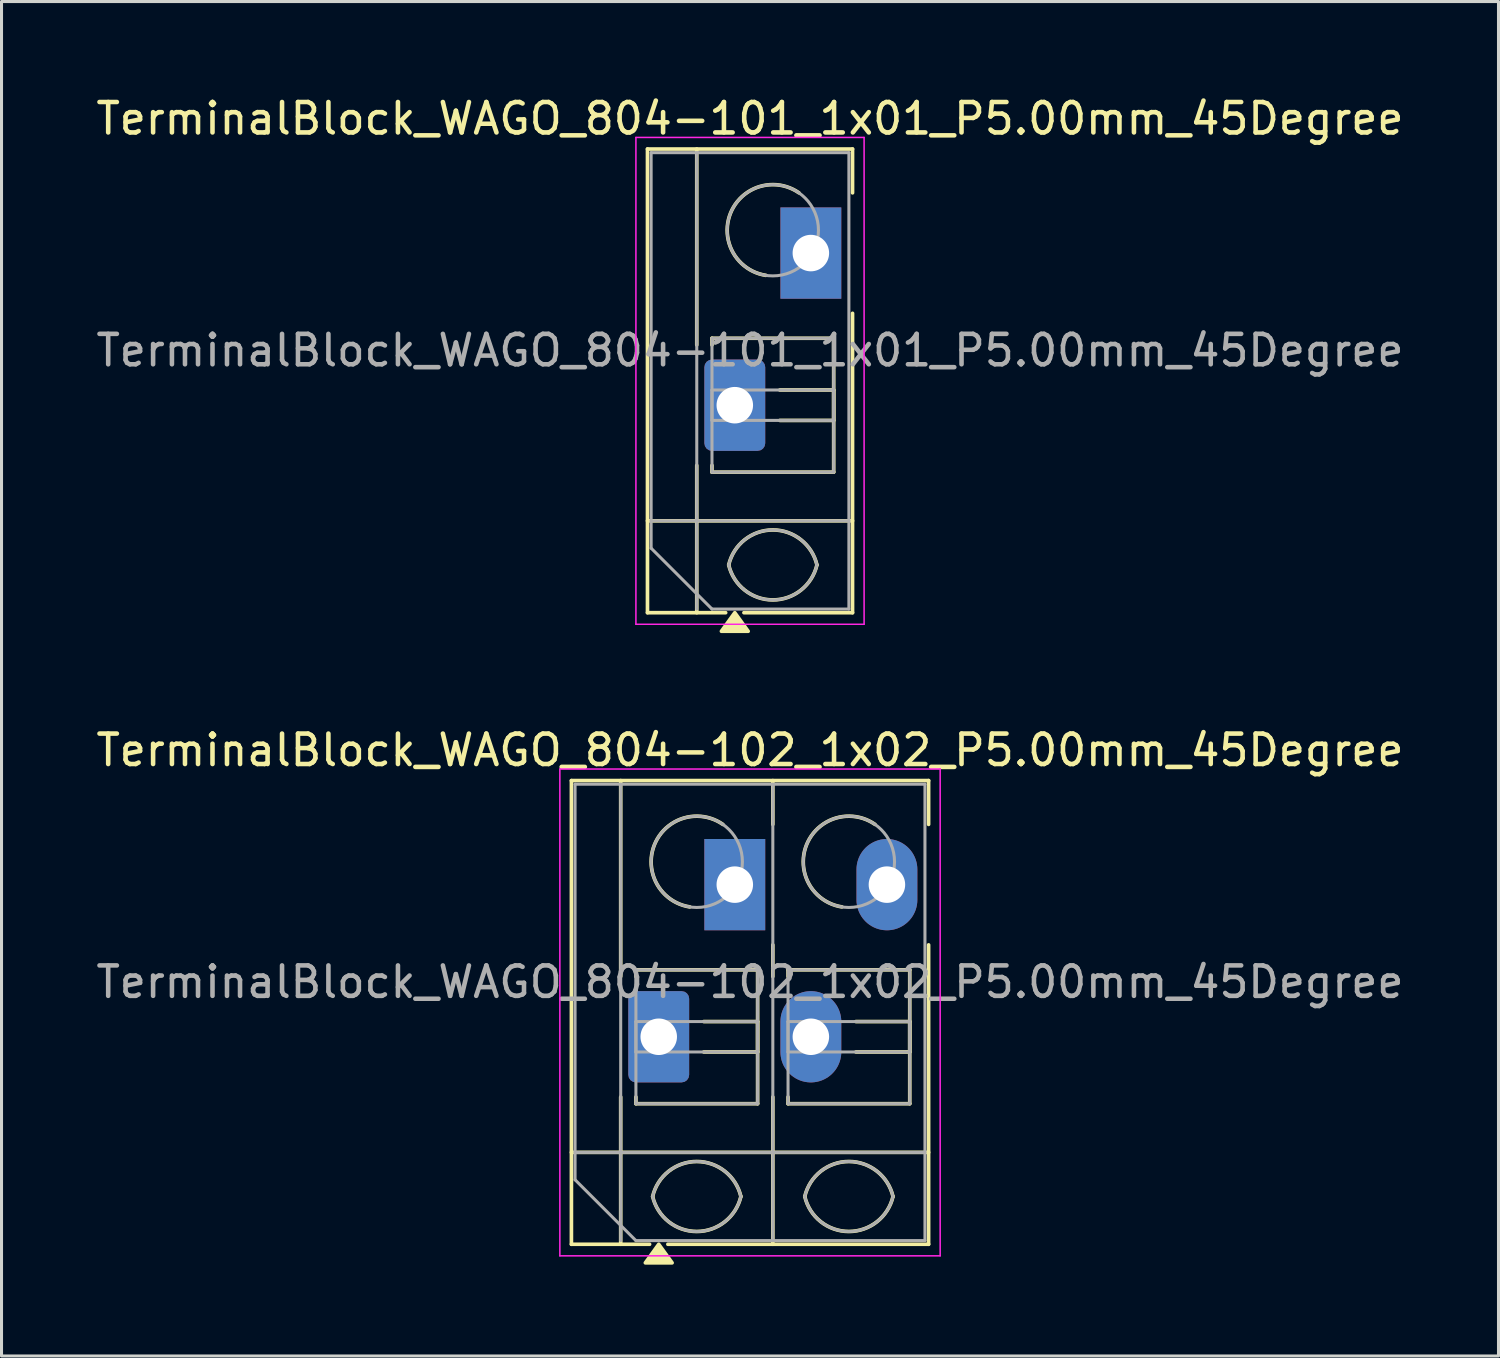
<source format=kicad_pcb>
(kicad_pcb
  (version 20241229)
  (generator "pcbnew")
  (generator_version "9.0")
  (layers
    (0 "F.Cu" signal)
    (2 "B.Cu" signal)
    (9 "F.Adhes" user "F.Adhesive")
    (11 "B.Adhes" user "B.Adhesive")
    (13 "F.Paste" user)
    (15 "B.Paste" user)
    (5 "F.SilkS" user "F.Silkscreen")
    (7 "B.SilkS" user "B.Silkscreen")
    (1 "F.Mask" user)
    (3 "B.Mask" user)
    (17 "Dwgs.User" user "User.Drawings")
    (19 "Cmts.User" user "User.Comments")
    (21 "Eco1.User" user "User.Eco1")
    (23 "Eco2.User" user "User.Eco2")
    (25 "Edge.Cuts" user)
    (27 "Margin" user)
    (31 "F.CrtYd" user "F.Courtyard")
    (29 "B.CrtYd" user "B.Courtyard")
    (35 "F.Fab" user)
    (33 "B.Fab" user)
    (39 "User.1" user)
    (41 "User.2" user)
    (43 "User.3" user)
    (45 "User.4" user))
  (footprint "TerminalBlock_WAGO_804-101_1x01_P5.00mm_45Degree"
    (layer "F.Cu")
    (at 21.101 10.268)
    (property "Reference" "TerminalBlock_WAGO_804-101_1x01_P5.00mm_45Degree" (at 0.5 -9.42 0) (layer "F.SilkS") (effects (font (size 1 1) (thickness 0.15))))
    (attr through_hole)
    (fp_line (start -2.87 -8.42) (end -2.87 6.82) (stroke (width 0.12) (type solid)) (layer "F.SilkS"))
    (fp_line (start -2.87 -8.42) (end 3.87 -8.42) (stroke (width 0.12) (type solid)) (layer "F.SilkS"))
    (fp_line (start -2.87 3.8) (end 3.87 3.8) (stroke (width 0.12) (type solid)) (layer "F.SilkS"))
    (fp_line (start -2.87 6.82) (end -0.3 6.82) (stroke (width 0.12) (type solid)) (layer "F.SilkS"))
    (fp_line (start -1.25 -8.42) (end -1.25 -1.98) (stroke (width 0.12) (type solid)) (layer "F.SilkS"))
    (fp_line (start -1.25 1.98) (end -1.25 6.82) (stroke (width 0.12) (type solid)) (layer "F.SilkS"))
    (fp_line (start -0.75 -2.2) (end -0.75 -1.98) (stroke (width 0.12) (type solid)) (layer "F.SilkS"))
    (fp_line (start -0.75 -2.2) (end 3.25 -2.2) (stroke (width 0.12) (type solid)) (layer "F.SilkS"))
    (fp_line (start -0.75 1.98) (end -0.75 2.2) (stroke (width 0.12) (type solid)) (layer "F.SilkS"))
    (fp_line (start -0.75 2.2) (end 3.25 2.2) (stroke (width 0.12) (type solid)) (layer "F.SilkS"))
    (fp_line (start 0.3 6.82) (end 3.87 6.82) (stroke (width 0.12) (type solid)) (layer "F.SilkS"))
    (fp_line (start 1.48 -0.5) (end 3.25 -0.5) (stroke (width 0.12) (type solid)) (layer "F.SilkS"))
    (fp_line (start 1.48 0.5) (end 3.25 0.5) (stroke (width 0.12) (type solid)) (layer "F.SilkS"))
    (fp_line (start 3.25 -2.2) (end 3.25 2.2) (stroke (width 0.12) (type solid)) (layer "F.SilkS"))
    (fp_line (start 3.25 -0.5) (end 3.25 0.5) (stroke (width 0.12) (type solid)) (layer "F.SilkS"))
    (fp_line (start 3.87 -8.42) (end 3.87 -6.98) (stroke (width 0.12) (type solid)) (layer "F.SilkS"))
    (fp_line (start 3.87 -3.02) (end 3.87 6.82) (stroke (width 0.12) (type solid)) (layer "F.SilkS"))
    (fp_arc (start -0.2 5.25) (mid 1.25 4.1) (end 2.7 5.25) (stroke (width 0.12) (type solid)) (layer "F.SilkS"))
    (fp_arc (start 1.02 -4.268) (mid -0.141916 -6.309209) (end 2.109 -6.98) (stroke (width 0.12) (type solid)) (layer "F.SilkS"))
    (fp_arc (start 2.7 5.25) (mid 1.25 6.4) (end -0.2 5.25) (stroke (width 0.12) (type solid)) (layer "F.SilkS"))
    (fp_poly (pts (xy 0 6.82) (xy 0.44 7.43) (xy -0.44 7.43)) (stroke (width 0.12) (type solid)) (fill yes) (layer "F.SilkS"))
    (fp_line (start -3.25 -8.8) (end -3.25 7.2) (stroke (width 0.05) (type solid)) (layer "F.CrtYd"))
    (fp_line (start -3.25 7.2) (end 4.25 7.2) (stroke (width 0.05) (type solid)) (layer "F.CrtYd"))
    (fp_line (start 4.25 -8.8) (end -3.25 -8.8) (stroke (width 0.05) (type solid)) (layer "F.CrtYd"))
    (fp_line (start 4.25 7.2) (end 4.25 -8.8) (stroke (width 0.05) (type solid)) (layer "F.CrtYd"))
    (fp_line (start -2.75 -8.3) (end 3.75 -8.3) (stroke (width 0.1) (type solid)) (layer "F.Fab"))
    (fp_line (start -2.75 3.8) (end 3.75 3.8) (stroke (width 0.1) (type solid)) (layer "F.Fab"))
    (fp_line (start -2.75 4.7) (end -2.75 -8.3) (stroke (width 0.1) (type solid)) (layer "F.Fab"))
    (fp_line (start -1.25 -8.3) (end -1.25 6.7) (stroke (width 0.1) (type solid)) (layer "F.Fab"))
    (fp_line (start -0.75 -2.2) (end -0.75 2.2) (stroke (width 0.1) (type solid)) (layer "F.Fab"))
    (fp_line (start -0.75 -0.5) (end -0.75 0.5) (stroke (width 0.1) (type solid)) (layer "F.Fab"))
    (fp_line (start -0.75 0.5) (end 3.25 0.5) (stroke (width 0.1) (type solid)) (layer "F.Fab"))
    (fp_line (start -0.75 2.2) (end 3.25 2.2) (stroke (width 0.1) (type solid)) (layer "F.Fab"))
    (fp_line (start -0.75 6.7) (end -2.75 4.7) (stroke (width 0.1) (type solid)) (layer "F.Fab"))
    (fp_line (start 3.25 -2.2) (end -0.75 -2.2) (stroke (width 0.1) (type solid)) (layer "F.Fab"))
    (fp_line (start 3.25 -0.5) (end -0.75 -0.5) (stroke (width 0.1) (type solid)) (layer "F.Fab"))
    (fp_line (start 3.25 0.5) (end 3.25 -0.5) (stroke (width 0.1) (type solid)) (layer "F.Fab"))
    (fp_line (start 3.25 2.2) (end 3.25 -2.2) (stroke (width 0.1) (type solid)) (layer "F.Fab"))
    (fp_line (start 3.75 -8.3) (end 3.75 6.7) (stroke (width 0.1) (type solid)) (layer "F.Fab"))
    (fp_line (start 3.75 6.7) (end -0.75 6.7) (stroke (width 0.1) (type solid)) (layer "F.Fab"))
    (fp_arc (start -0.2 5.25) (mid 1.25 4.1) (end 2.7 5.25) (stroke (width 0.1) (type solid)) (layer "F.Fab"))
    (fp_arc (start 2.7 5.25) (mid 1.25 6.4) (end -0.2 5.25) (stroke (width 0.1) (type solid)) (layer "F.Fab"))
    (fp_circle (center 1.25 -5.75) (end 2.75 -5.75) (stroke (width 0.1) (type solid)) (fill no) (layer "F.Fab"))
    (fp_text user "${REFERENCE}" (at 0.5 -1.8 0) (layer "F.Fab") (effects (font (size 1 1) (thickness 0.15))))
    (pad "1" thru_hole roundrect (at 0 0) (size 2 3) (drill 1.2) (layers "*.Cu" "*.Mask") (roundrect_rratio 0.125))
    (pad "1" thru_hole rect (at 2.5 -5) (size 2 3) (drill 1.2) (layers "*.Cu" "*.Mask")))
  (footprint "TerminalBlock_WAGO_804-102_1x02_P5.00mm_45Degree"
    (layer "F.Cu")
    (at 18.601 31.026)
    (property "Reference" "TerminalBlock_WAGO_804-102_1x02_P5.00mm_45Degree" (at 3 -9.42 0) (layer "F.SilkS") (effects (font (size 1 1) (thickness 0.15))))
    (attr through_hole)
    (fp_line (start -2.87 -8.42) (end -2.87 6.82) (stroke (width 0.12) (type solid)) (layer "F.SilkS"))
    (fp_line (start -2.87 -8.42) (end 8.87 -8.42) (stroke (width 0.12) (type solid)) (layer "F.SilkS"))
    (fp_line (start -2.87 3.8) (end 8.87 3.8) (stroke (width 0.12) (type solid)) (layer "F.SilkS"))
    (fp_line (start -2.87 6.82) (end -0.3 6.82) (stroke (width 0.12) (type solid)) (layer "F.SilkS"))
    (fp_line (start -1.25 -8.42) (end -1.25 -1.98) (stroke (width 0.12) (type solid)) (layer "F.SilkS"))
    (fp_line (start -1.25 1.98) (end -1.25 6.82) (stroke (width 0.12) (type solid)) (layer "F.SilkS"))
    (fp_line (start -0.75 -2.2) (end -0.75 -1.98) (stroke (width 0.12) (type solid)) (layer "F.SilkS"))
    (fp_line (start -0.75 -2.2) (end 3.25 -2.2) (stroke (width 0.12) (type solid)) (layer "F.SilkS"))
    (fp_line (start -0.75 1.98) (end -0.75 2.2) (stroke (width 0.12) (type solid)) (layer "F.SilkS"))
    (fp_line (start -0.75 2.2) (end 3.25 2.2) (stroke (width 0.12) (type solid)) (layer "F.SilkS"))
    (fp_line (start 0.3 6.82) (end 8.87 6.82) (stroke (width 0.12) (type solid)) (layer "F.SilkS"))
    (fp_line (start 1.48 -0.5) (end 3.25 -0.5) (stroke (width 0.12) (type solid)) (layer "F.SilkS"))
    (fp_line (start 1.48 0.5) (end 3.25 0.5) (stroke (width 0.12) (type solid)) (layer "F.SilkS"))
    (fp_line (start 3.25 -2.2) (end 3.25 2.2) (stroke (width 0.12) (type solid)) (layer "F.SilkS"))
    (fp_line (start 3.25 -0.5) (end 3.25 0.5) (stroke (width 0.12) (type solid)) (layer "F.SilkS"))
    (fp_line (start 3.75 -8.42) (end 3.75 -6.98) (stroke (width 0.12) (type solid)) (layer "F.SilkS"))
    (fp_line (start 3.75 -3.02) (end 3.75 -1.98) (stroke (width 0.12) (type solid)) (layer "F.SilkS"))
    (fp_line (start 3.75 1.98) (end 3.75 6.82) (stroke (width 0.12) (type solid)) (layer "F.SilkS"))
    (fp_line (start 4.25 -2.2) (end 4.25 -1.98) (stroke (width 0.12) (type solid)) (layer "F.SilkS"))
    (fp_line (start 4.25 -2.2) (end 8.25 -2.2) (stroke (width 0.12) (type solid)) (layer "F.SilkS"))
    (fp_line (start 4.25 1.98) (end 4.25 2.2) (stroke (width 0.12) (type solid)) (layer "F.SilkS"))
    (fp_line (start 4.25 2.2) (end 8.25 2.2) (stroke (width 0.12) (type solid)) (layer "F.SilkS"))
    (fp_line (start 6.48 -0.5) (end 8.25 -0.5) (stroke (width 0.12) (type solid)) (layer "F.SilkS"))
    (fp_line (start 6.48 0.5) (end 8.25 0.5) (stroke (width 0.12) (type solid)) (layer "F.SilkS"))
    (fp_line (start 8.25 -2.2) (end 8.25 2.2) (stroke (width 0.12) (type solid)) (layer "F.SilkS"))
    (fp_line (start 8.25 -0.5) (end 8.25 0.5) (stroke (width 0.12) (type solid)) (layer "F.SilkS"))
    (fp_line (start 8.87 -8.42) (end 8.87 -6.98) (stroke (width 0.12) (type solid)) (layer "F.SilkS"))
    (fp_line (start 8.87 -3.02) (end 8.87 6.82) (stroke (width 0.12) (type solid)) (layer "F.SilkS"))
    (fp_arc (start -0.2 5.25) (mid 1.25 4.1) (end 2.7 5.25) (stroke (width 0.12) (type solid)) (layer "F.SilkS"))
    (fp_arc (start 1.02 -4.268) (mid -0.141916 -6.309209) (end 2.109 -6.98) (stroke (width 0.12) (type solid)) (layer "F.SilkS"))
    (fp_arc (start 2.7 5.25) (mid 1.25 6.4) (end -0.2 5.25) (stroke (width 0.12) (type solid)) (layer "F.SilkS"))
    (fp_arc (start 4.8 5.25) (mid 6.25 4.1) (end 7.7 5.25) (stroke (width 0.12) (type solid)) (layer "F.SilkS"))
    (fp_arc (start 6.02 -4.268) (mid 4.858084 -6.309209) (end 7.109 -6.98) (stroke (width 0.12) (type solid)) (layer "F.SilkS"))
    (fp_arc (start 7.7 5.25) (mid 6.25 6.4) (end 4.8 5.25) (stroke (width 0.12) (type solid)) (layer "F.SilkS"))
    (fp_poly (pts (xy 0 6.82) (xy 0.44 7.43) (xy -0.44 7.43)) (stroke (width 0.12) (type solid)) (fill yes) (layer "F.SilkS"))
    (fp_line (start -3.25 -8.8) (end -3.25 7.2) (stroke (width 0.05) (type solid)) (layer "F.CrtYd"))
    (fp_line (start -3.25 7.2) (end 9.25 7.2) (stroke (width 0.05) (type solid)) (layer "F.CrtYd"))
    (fp_line (start 9.25 -8.8) (end -3.25 -8.8) (stroke (width 0.05) (type solid)) (layer "F.CrtYd"))
    (fp_line (start 9.25 7.2) (end 9.25 -8.8) (stroke (width 0.05) (type solid)) (layer "F.CrtYd"))
    (fp_line (start -2.75 -8.3) (end 8.75 -8.3) (stroke (width 0.1) (type solid)) (layer "F.Fab"))
    (fp_line (start -2.75 3.8) (end 8.75 3.8) (stroke (width 0.1) (type solid)) (layer "F.Fab"))
    (fp_line (start -2.75 4.7) (end -2.75 -8.3) (stroke (width 0.1) (type solid)) (layer "F.Fab"))
    (fp_line (start -1.25 -8.3) (end -1.25 6.7) (stroke (width 0.1) (type solid)) (layer "F.Fab"))
    (fp_line (start -0.75 -2.2) (end -0.75 2.2) (stroke (width 0.1) (type solid)) (layer "F.Fab"))
    (fp_line (start -0.75 -0.5) (end -0.75 0.5) (stroke (width 0.1) (type solid)) (layer "F.Fab"))
    (fp_line (start -0.75 0.5) (end 3.25 0.5) (stroke (width 0.1) (type solid)) (layer "F.Fab"))
    (fp_line (start -0.75 2.2) (end 3.25 2.2) (stroke (width 0.1) (type solid)) (layer "F.Fab"))
    (fp_line (start -0.75 6.7) (end -2.75 4.7) (stroke (width 0.1) (type solid)) (layer "F.Fab"))
    (fp_line (start 3.25 -2.2) (end -0.75 -2.2) (stroke (width 0.1) (type solid)) (layer "F.Fab"))
    (fp_line (start 3.25 -0.5) (end -0.75 -0.5) (stroke (width 0.1) (type solid)) (layer "F.Fab"))
    (fp_line (start 3.25 0.5) (end 3.25 -0.5) (stroke (width 0.1) (type solid)) (layer "F.Fab"))
    (fp_line (start 3.25 2.2) (end 3.25 -2.2) (stroke (width 0.1) (type solid)) (layer "F.Fab"))
    (fp_line (start 3.75 -8.3) (end 3.75 6.7) (stroke (width 0.1) (type solid)) (layer "F.Fab"))
    (fp_line (start 4.25 -2.2) (end 4.25 2.2) (stroke (width 0.1) (type solid)) (layer "F.Fab"))
    (fp_line (start 4.25 -0.5) (end 4.25 0.5) (stroke (width 0.1) (type solid)) (layer "F.Fab"))
    (fp_line (start 4.25 0.5) (end 8.25 0.5) (stroke (width 0.1) (type solid)) (layer "F.Fab"))
    (fp_line (start 4.25 2.2) (end 8.25 2.2) (stroke (width 0.1) (type solid)) (layer "F.Fab"))
    (fp_line (start 8.25 -2.2) (end 4.25 -2.2) (stroke (width 0.1) (type solid)) (layer "F.Fab"))
    (fp_line (start 8.25 -0.5) (end 4.25 -0.5) (stroke (width 0.1) (type solid)) (layer "F.Fab"))
    (fp_line (start 8.25 0.5) (end 8.25 -0.5) (stroke (width 0.1) (type solid)) (layer "F.Fab"))
    (fp_line (start 8.25 2.2) (end 8.25 -2.2) (stroke (width 0.1) (type solid)) (layer "F.Fab"))
    (fp_line (start 8.75 -8.3) (end 8.75 6.7) (stroke (width 0.1) (type solid)) (layer "F.Fab"))
    (fp_line (start 8.75 6.7) (end -0.75 6.7) (stroke (width 0.1) (type solid)) (layer "F.Fab"))
    (fp_arc (start -0.2 5.25) (mid 1.25 4.1) (end 2.7 5.25) (stroke (width 0.1) (type solid)) (layer "F.Fab"))
    (fp_arc (start 2.7 5.25) (mid 1.25 6.4) (end -0.2 5.25) (stroke (width 0.1) (type solid)) (layer "F.Fab"))
    (fp_arc (start 4.8 5.25) (mid 6.25 4.1) (end 7.7 5.25) (stroke (width 0.1) (type solid)) (layer "F.Fab"))
    (fp_arc (start 7.7 5.25) (mid 6.25 6.4) (end 4.8 5.25) (stroke (width 0.1) (type solid)) (layer "F.Fab"))
    (fp_circle (center 1.25 -5.75) (end 2.75 -5.75) (stroke (width 0.1) (type solid)) (fill no) (layer "F.Fab"))
    (fp_circle (center 6.25 -5.75) (end 7.75 -5.75) (stroke (width 0.1) (type solid)) (fill no) (layer "F.Fab"))
    (fp_text user "${REFERENCE}" (at 3 -1.8 0) (layer "F.Fab") (effects (font (size 1 1) (thickness 0.15))))
    (pad "1" thru_hole roundrect (at 0 0) (size 2 3) (drill 1.2) (layers "*.Cu" "*.Mask") (roundrect_rratio 0.125))
    (pad "1" thru_hole rect (at 2.5 -5) (size 2 3) (drill 1.2) (layers "*.Cu" "*.Mask"))
    (pad "2" thru_hole oval (at 5 0) (size 2 3) (drill 1.2) (layers "*.Cu" "*.Mask"))
    (pad "2" thru_hole oval (at 7.5 -5) (size 2 3) (drill 1.2) (layers "*.Cu" "*.Mask")))
  (gr_rect
    (start -3 -3)
    (end 46.202 41.517)
    (stroke (width 0.1) (type default))
    (fill no)
    (layer "Edge.Cuts")))
</source>
